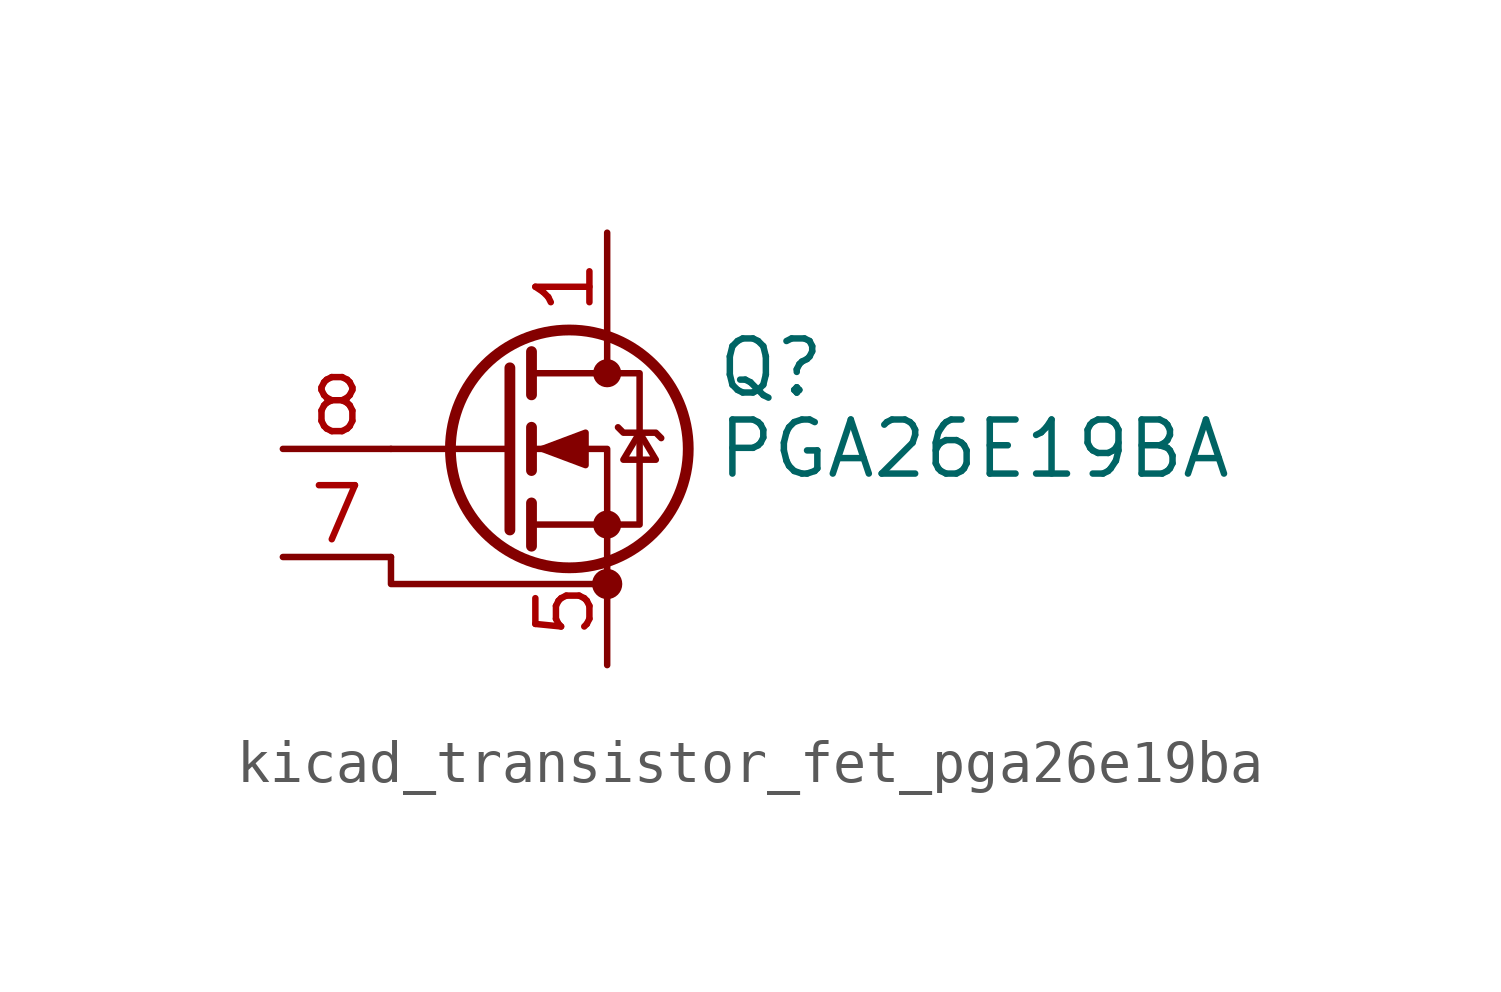
<source format=kicad_sym>
(kicad_symbol_lib
  (version 20220914)
  (generator kicad_symbol_editor)
  (symbol "kicad_transistor_fet_pga26e19ba"
    (pin_names hide)
    (property "Reference" "Q"
      (at 5.08 1.905 0)
      (effects (font (size 1.27 1.27)) (justify left)))
    (property "Value" "PGA26E19BA"
      (at 5.08 0 0)
      (effects (font (size 1.27 1.27)) (justify left)))
    (symbol "kicad_transistor_fet_pga26e19ba_0_1"
      (polyline (pts (xy 0.254 0) (xy -2.54 0)) (stroke (width 0) (type default)) (fill (type none)))
      (polyline (pts (xy 0.254 1.905) (xy 0.254 -1.905)) (stroke (width 0.254) (type default)) (fill (type none)))
      (polyline (pts (xy 0.762 -1.27) (xy 0.762 -2.286)) (stroke (width 0.254) (type default)) (fill (type none)))
      (polyline (pts (xy 0.762 0.508) (xy 0.762 -0.508)) (stroke (width 0.254) (type default)) (fill (type none)))
      (polyline (pts (xy 0.762 2.286) (xy 0.762 1.27)) (stroke (width 0.254) (type default)) (fill (type none)))
      (polyline (pts (xy 2.54 2.54) (xy 2.54 1.778)) (stroke (width 0) (type default)) (fill (type none)))
      (polyline (pts (xy -2.54 -2.54) (xy -2.54 -3.175) (xy 2.54 -3.175)) (stroke (width 0) (type default)) (fill (type none)))
      (polyline (pts (xy 2.54 -2.54) (xy 2.54 0) (xy 0.762 0)) (stroke (width 0) (type default)) (fill (type none)))
      (polyline (pts (xy 0.762 -1.778) (xy 3.302 -1.778) (xy 3.302 1.778) (xy 0.762 1.778)) (stroke (width 0) (type default)) (fill (type none)))
      (polyline (pts (xy 1.016 0) (xy 2.032 0.381) (xy 2.032 -0.381) (xy 1.016 0)) (stroke (width 0) (type default)) (fill (type outline)))
      (polyline (pts (xy 2.794 0.508) (xy 2.921 0.381) (xy 3.683 0.381) (xy 3.81 0.254)) (stroke (width 0) (type default)) (fill (type none)))
      (polyline (pts (xy 3.302 0.381) (xy 2.921 -0.254) (xy 3.683 -0.254) (xy 3.302 0.381)) (stroke (width 0) (type default)) (fill (type none)))
      (circle (center 1.651 0) (radius 2.794) (stroke (width 0.254) (type default)) (fill (type none)))
      (circle (center 2.54 -3.175) (radius 0.279) (stroke (width 0) (type default)) (fill (type outline)))
      (circle (center 2.54 -1.778) (radius 0.254) (stroke (width 0) (type default)) (fill (type outline)))
      (circle (center 2.54 1.778) (radius 0.254) (stroke (width 0) (type default)) (fill (type outline))))
    (symbol "kicad_transistor_fet_pga26e19ba_1_1"
      (pin passive line (at 2.54 5.08 270) (length 2.54) (name "D" (effects (font (size 1.27 1.27)))) (number "1" (effects (font (size 1.27 1.27)))))
      (pin passive line (at 2.54 5.08 270) (length 2.54) hide (name "D" (effects (font (size 1.27 1.27)))) (number "2" (effects (font (size 1.27 1.27)))))
      (pin passive line (at 2.54 5.08 270) (length 2.54) hide (name "D" (effects (font (size 1.27 1.27)))) (number "3" (effects (font (size 1.27 1.27)))))
      (pin passive line (at 2.54 5.08 270) (length 2.54) hide (name "D" (effects (font (size 1.27 1.27)))) (number "4" (effects (font (size 1.27 1.27)))))
      (pin passive line (at 2.54 -5.08 90) (length 2.54) (name "S2" (effects (font (size 1.27 1.27)))) (number "5" (effects (font (size 1.27 1.27)))))
      (pin passive line (at 2.54 -5.08 90) (length 2.54) hide (name "S2" (effects (font (size 1.27 1.27)))) (number "6" (effects (font (size 1.27 1.27)))))
      (pin passive line (at -5.08 -2.54 0) (length 2.54) (name "S1" (effects (font (size 1.27 1.27)))) (number "7" (effects (font (size 1.27 1.27)))))
      (pin input line (at -5.08 0 0) (length 2.54) (name "G" (effects (font (size 1.27 1.27)))) (number "8" (effects (font (size 1.27 1.27)))))
      (pin passive line (at 2.54 -5.08 90) (length 2.54) hide (name "S2" (effects (font (size 1.27 1.27)))) (number "9" (effects (font (size 1.27 1.27))))))))
</source>
